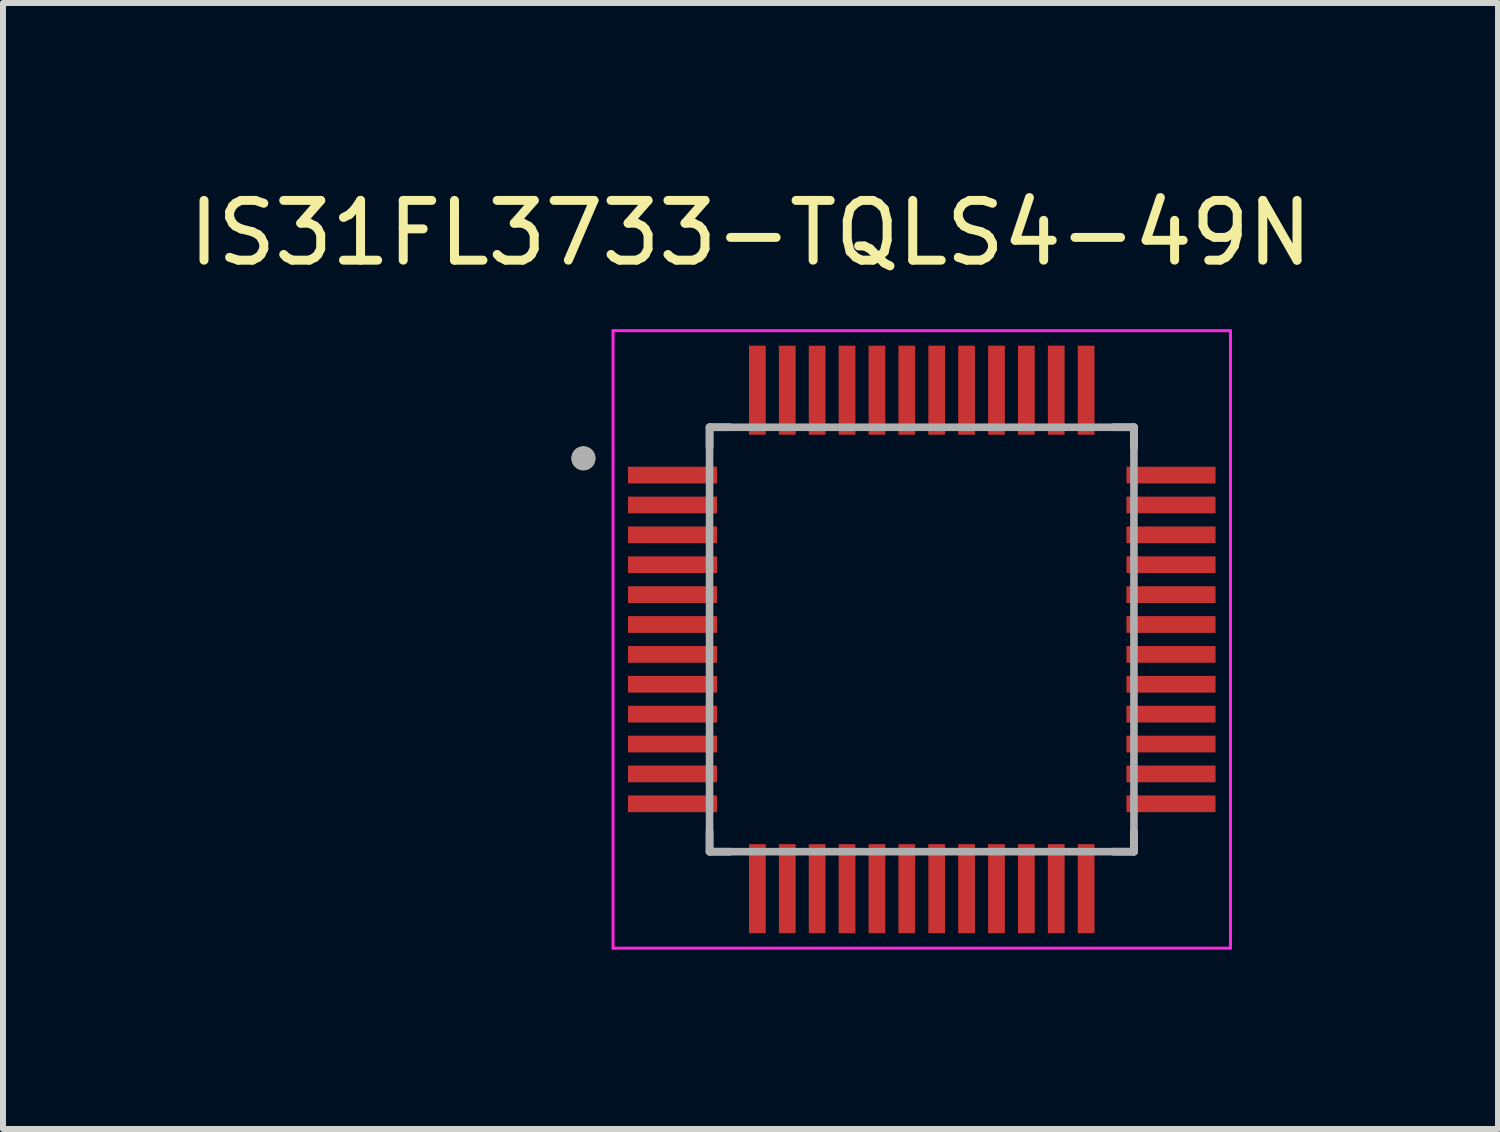
<source format=kicad_pcb>
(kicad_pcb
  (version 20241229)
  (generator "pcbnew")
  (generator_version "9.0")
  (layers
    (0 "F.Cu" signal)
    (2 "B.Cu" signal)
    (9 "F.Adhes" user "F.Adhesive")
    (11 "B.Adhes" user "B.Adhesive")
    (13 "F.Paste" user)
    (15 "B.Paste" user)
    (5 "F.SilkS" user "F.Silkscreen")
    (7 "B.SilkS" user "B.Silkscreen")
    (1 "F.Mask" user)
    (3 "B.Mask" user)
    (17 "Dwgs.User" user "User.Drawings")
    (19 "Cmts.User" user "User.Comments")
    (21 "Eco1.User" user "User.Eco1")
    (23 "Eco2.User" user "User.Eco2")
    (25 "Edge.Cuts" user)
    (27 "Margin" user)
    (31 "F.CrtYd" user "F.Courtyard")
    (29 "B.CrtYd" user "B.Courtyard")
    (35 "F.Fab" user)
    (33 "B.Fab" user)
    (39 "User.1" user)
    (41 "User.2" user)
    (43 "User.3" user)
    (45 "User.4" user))
  (footprint "IS31FL3733-TQLS4-49N"
    (layer "F.Cu")
    (at 12.371 7.648)
    (property "Reference" "IS31FL3733-TQLS4-49N" (at -2.865 -6.8 0) (layer "F.SilkS") (effects (font (size 1 1) (thickness 0.15))))
    (attr through_hole)
    (fp_line (start -3.55 -3.55) (end -3.55 -3.21) (stroke (width 0.127) (type solid)) (layer "F.SilkS"))
    (fp_line (start -3.55 -3.55) (end -3.21 -3.55) (stroke (width 0.127) (type solid)) (layer "F.SilkS"))
    (fp_line (start -3.55 3.55) (end -3.55 3.21) (stroke (width 0.127) (type solid)) (layer "F.SilkS"))
    (fp_line (start -3.55 3.55) (end -3.21 3.55) (stroke (width 0.127) (type solid)) (layer "F.SilkS"))
    (fp_line (start 3.55 -3.55) (end 3.21 -3.55) (stroke (width 0.127) (type solid)) (layer "F.SilkS"))
    (fp_line (start 3.55 -3.55) (end 3.55 -3.21) (stroke (width 0.127) (type solid)) (layer "F.SilkS"))
    (fp_line (start 3.55 3.55) (end 3.21 3.55) (stroke (width 0.127) (type solid)) (layer "F.SilkS"))
    (fp_line (start 3.55 3.55) (end 3.55 3.21) (stroke (width 0.127) (type solid)) (layer "F.SilkS"))
    (fp_circle (center -5.66 -3.03) (end -5.56 -3.03) (stroke (width 0.2) (type solid)) (fill no) (layer "F.SilkS"))
    (fp_line (start -5.165 -5.165) (end 5.165 -5.165) (stroke (width 0.05) (type solid)) (layer "F.CrtYd"))
    (fp_line (start -5.165 5.165) (end -5.165 -5.165) (stroke (width 0.05) (type solid)) (layer "F.CrtYd"))
    (fp_line (start -5.165 5.165) (end 5.165 5.165) (stroke (width 0.05) (type solid)) (layer "F.CrtYd"))
    (fp_line (start 5.165 5.165) (end 5.165 -5.165) (stroke (width 0.05) (type solid)) (layer "F.CrtYd"))
    (fp_line (start -3.55 3.55) (end -3.55 -3.55) (stroke (width 0.127) (type solid)) (layer "F.Fab"))
    (fp_line (start 3.55 -3.55) (end -3.55 -3.55) (stroke (width 0.127) (type solid)) (layer "F.Fab"))
    (fp_line (start 3.55 3.55) (end -3.55 3.55) (stroke (width 0.127) (type solid)) (layer "F.Fab"))
    (fp_line (start 3.55 3.55) (end 3.55 -3.55) (stroke (width 0.127) (type solid)) (layer "F.Fab"))
    (fp_circle (center -5.66 -3.03) (end -5.56 -3.03) (stroke (width 0.2) (type solid)) (fill no) (layer "F.Fab"))
    (pad "1" smd rect (at -4.17 -2.75) (size 1.49 0.28) (layers "F.Cu" "F.Mask" "F.Paste"))
    (pad "2" smd rect (at -4.17 -2.25) (size 1.49 0.28) (layers "F.Cu" "F.Mask" "F.Paste"))
    (pad "3" smd rect (at -4.17 -1.75) (size 1.49 0.28) (layers "F.Cu" "F.Mask" "F.Paste"))
    (pad "4" smd rect (at -4.17 -1.25) (size 1.49 0.28) (layers "F.Cu" "F.Mask" "F.Paste"))
    (pad "5" smd rect (at -4.17 -0.75) (size 1.49 0.28) (layers "F.Cu" "F.Mask" "F.Paste"))
    (pad "6" smd rect (at -4.17 -0.25) (size 1.49 0.28) (layers "F.Cu" "F.Mask" "F.Paste"))
    (pad "7" smd rect (at -4.17 0.25) (size 1.49 0.28) (layers "F.Cu" "F.Mask" "F.Paste"))
    (pad "8" smd rect (at -4.17 0.75) (size 1.49 0.28) (layers "F.Cu" "F.Mask" "F.Paste"))
    (pad "9" smd rect (at -4.17 1.25) (size 1.49 0.28) (layers "F.Cu" "F.Mask" "F.Paste"))
    (pad "10" smd rect (at -4.17 1.75) (size 1.49 0.28) (layers "F.Cu" "F.Mask" "F.Paste"))
    (pad "11" smd rect (at -4.17 2.25) (size 1.49 0.28) (layers "F.Cu" "F.Mask" "F.Paste"))
    (pad "12" smd rect (at -4.17 2.75) (size 1.49 0.28) (layers "F.Cu" "F.Mask" "F.Paste"))
    (pad "13" smd rect (at -2.75 4.17) (size 0.28 1.49) (layers "F.Cu" "F.Mask" "F.Paste"))
    (pad "14" smd rect (at -2.25 4.17) (size 0.28 1.49) (layers "F.Cu" "F.Mask" "F.Paste"))
    (pad "15" smd rect (at -1.75 4.17) (size 0.28 1.49) (layers "F.Cu" "F.Mask" "F.Paste"))
    (pad "16" smd rect (at -1.25 4.17) (size 0.28 1.49) (layers "F.Cu" "F.Mask" "F.Paste"))
    (pad "17" smd rect (at -0.75 4.17) (size 0.28 1.49) (layers "F.Cu" "F.Mask" "F.Paste"))
    (pad "18" smd rect (at -0.25 4.17) (size 0.28 1.49) (layers "F.Cu" "F.Mask" "F.Paste"))
    (pad "19" smd rect (at 0.25 4.17) (size 0.28 1.49) (layers "F.Cu" "F.Mask" "F.Paste"))
    (pad "20" smd rect (at 0.75 4.17) (size 0.28 1.49) (layers "F.Cu" "F.Mask" "F.Paste"))
    (pad "21" smd rect (at 1.25 4.17) (size 0.28 1.49) (layers "F.Cu" "F.Mask" "F.Paste"))
    (pad "22" smd rect (at 1.75 4.17) (size 0.28 1.49) (layers "F.Cu" "F.Mask" "F.Paste"))
    (pad "23" smd rect (at 2.25 4.17) (size 0.28 1.49) (layers "F.Cu" "F.Mask" "F.Paste"))
    (pad "24" smd rect (at 2.75 4.17) (size 0.28 1.49) (layers "F.Cu" "F.Mask" "F.Paste"))
    (pad "25" smd rect (at 4.17 2.75) (size 1.49 0.28) (layers "F.Cu" "F.Mask" "F.Paste"))
    (pad "26" smd rect (at 4.17 2.25) (size 1.49 0.28) (layers "F.Cu" "F.Mask" "F.Paste"))
    (pad "27" smd rect (at 4.17 1.75) (size 1.49 0.28) (layers "F.Cu" "F.Mask" "F.Paste"))
    (pad "28" smd rect (at 4.17 1.25) (size 1.49 0.28) (layers "F.Cu" "F.Mask" "F.Paste"))
    (pad "29" smd rect (at 4.17 0.75) (size 1.49 0.28) (layers "F.Cu" "F.Mask" "F.Paste"))
    (pad "30" smd rect (at 4.17 0.25) (size 1.49 0.28) (layers "F.Cu" "F.Mask" "F.Paste"))
    (pad "31" smd rect (at 4.17 -0.25) (size 1.49 0.28) (layers "F.Cu" "F.Mask" "F.Paste"))
    (pad "32" smd rect (at 4.17 -0.75) (size 1.49 0.28) (layers "F.Cu" "F.Mask" "F.Paste"))
    (pad "33" smd rect (at 4.17 -1.25) (size 1.49 0.28) (layers "F.Cu" "F.Mask" "F.Paste"))
    (pad "34" smd rect (at 4.17 -1.75) (size 1.49 0.28) (layers "F.Cu" "F.Mask" "F.Paste"))
    (pad "35" smd rect (at 4.17 -2.25) (size 1.49 0.28) (layers "F.Cu" "F.Mask" "F.Paste"))
    (pad "36" smd rect (at 4.17 -2.75) (size 1.49 0.28) (layers "F.Cu" "F.Mask" "F.Paste"))
    (pad "37" smd rect (at 2.75 -4.17) (size 0.28 1.49) (layers "F.Cu" "F.Mask" "F.Paste"))
    (pad "38" smd rect (at 2.25 -4.17) (size 0.28 1.49) (layers "F.Cu" "F.Mask" "F.Paste"))
    (pad "39" smd rect (at 1.75 -4.17) (size 0.28 1.49) (layers "F.Cu" "F.Mask" "F.Paste"))
    (pad "40" smd rect (at 1.25 -4.17) (size 0.28 1.49) (layers "F.Cu" "F.Mask" "F.Paste"))
    (pad "41" smd rect (at 0.75 -4.17) (size 0.28 1.49) (layers "F.Cu" "F.Mask" "F.Paste"))
    (pad "42" smd rect (at 0.25 -4.17) (size 0.28 1.49) (layers "F.Cu" "F.Mask" "F.Paste"))
    (pad "43" smd rect (at -0.25 -4.17) (size 0.28 1.49) (layers "F.Cu" "F.Mask" "F.Paste"))
    (pad "44" smd rect (at -0.75 -4.17) (size 0.28 1.49) (layers "F.Cu" "F.Mask" "F.Paste"))
    (pad "45" smd rect (at -1.25 -4.17) (size 0.28 1.49) (layers "F.Cu" "F.Mask" "F.Paste"))
    (pad "46" smd rect (at -1.75 -4.17) (size 0.28 1.49) (layers "F.Cu" "F.Mask" "F.Paste"))
    (pad "47" smd rect (at -2.25 -4.17) (size 0.28 1.49) (layers "F.Cu" "F.Mask" "F.Paste"))
    (pad "48" smd rect (at -2.75 -4.17) (size 0.28 1.49) (layers "F.Cu" "F.Mask" "F.Paste")))
  (gr_rect
    (start -3 -3)
    (end 22.012 15.838)
    (stroke (width 0.1) (type default))
    (fill no)
    (layer "Edge.Cuts")))
</source>
